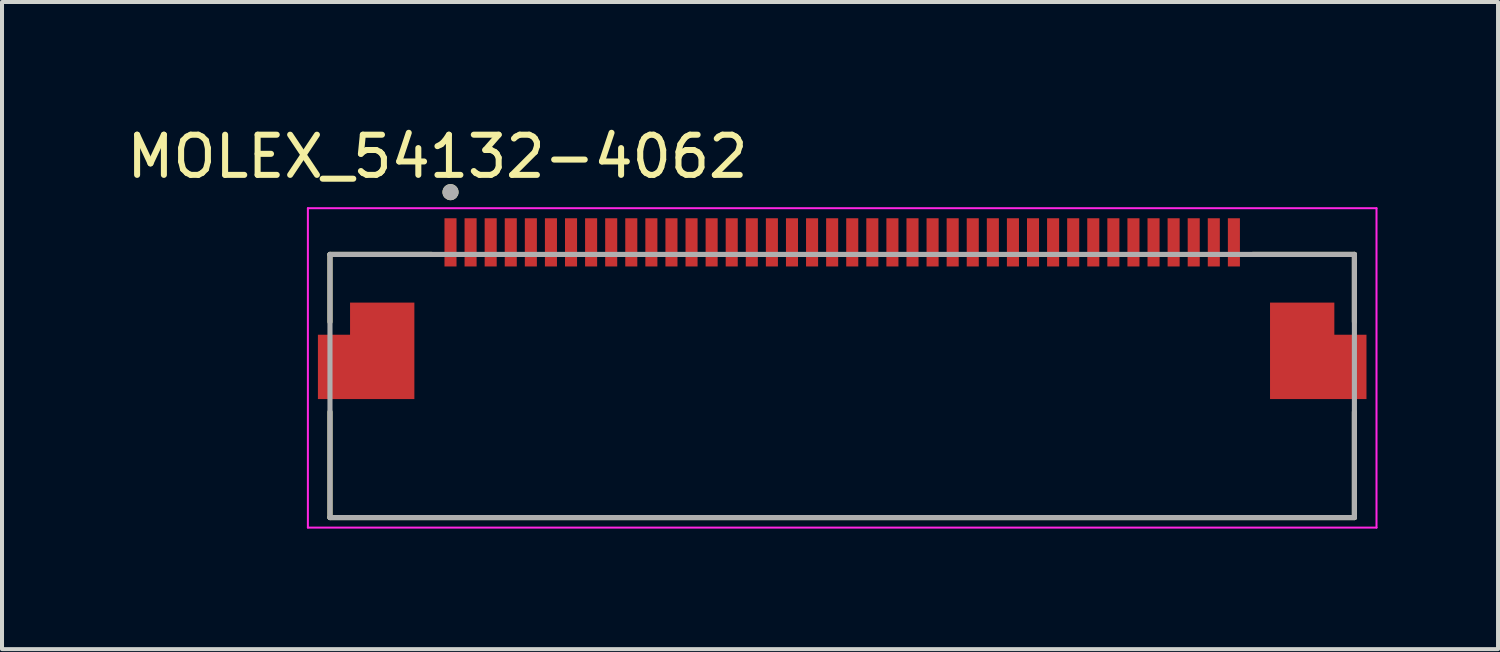
<source format=kicad_pcb>
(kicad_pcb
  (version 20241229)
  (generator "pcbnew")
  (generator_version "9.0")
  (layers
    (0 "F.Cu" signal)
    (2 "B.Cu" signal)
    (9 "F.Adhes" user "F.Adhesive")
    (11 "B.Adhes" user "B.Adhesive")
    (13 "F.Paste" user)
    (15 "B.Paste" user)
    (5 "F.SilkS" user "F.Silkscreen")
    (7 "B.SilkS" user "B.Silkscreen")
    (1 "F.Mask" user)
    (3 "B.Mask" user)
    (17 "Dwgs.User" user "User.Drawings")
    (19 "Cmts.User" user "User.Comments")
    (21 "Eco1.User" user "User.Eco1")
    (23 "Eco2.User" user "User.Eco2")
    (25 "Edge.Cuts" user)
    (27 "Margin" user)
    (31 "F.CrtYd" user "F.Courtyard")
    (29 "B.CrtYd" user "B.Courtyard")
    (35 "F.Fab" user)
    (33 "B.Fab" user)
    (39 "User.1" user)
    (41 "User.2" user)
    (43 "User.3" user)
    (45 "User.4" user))
  (footprint "MOLEX_54132-4062"
    (layer "F.Cu")
    (at 17.914 2.983)
    (property "Reference" "MOLEX_54132-4062" (at -10.075 -2.135 0) (layer "F.SilkS") (effects (font (size 1 1) (thickness 0.15))))
    (attr through_hole)
    (fp_poly (pts (xy -13.15 2.2) (xy -12.35 2.2) (xy -12.35 1.4) (xy -10.55 1.4) (xy -10.55 4) (xy -13.15 4)) (stroke (width 0.001) (type solid)) (fill yes) (layer "F.Mask"))
    (fp_poly (pts (xy 10.55 1.4) (xy 12.35 1.4) (xy 12.35 2.2) (xy 13.15 2.2) (xy 13.15 4) (xy 10.55 4)) (stroke (width 0.001) (type solid)) (fill yes) (layer "F.Mask"))
    (fp_line (start -12.75 0.3) (end -12.75 1.98) (stroke (width 0.127) (type solid)) (layer "F.SilkS"))
    (fp_line (start -12.75 4.22) (end -12.75 6.85) (stroke (width 0.127) (type solid)) (layer "F.SilkS"))
    (fp_line (start -12.75 6.85) (end 12.75 6.85) (stroke (width 0.127) (type solid)) (layer "F.SilkS"))
    (fp_line (start -10.22 0.3) (end -12.75 0.3) (stroke (width 0.127) (type solid)) (layer "F.SilkS"))
    (fp_line (start 10.22 0.3) (end 12.75 0.3) (stroke (width 0.127) (type solid)) (layer "F.SilkS"))
    (fp_line (start 12.75 0.3) (end 12.75 1.98) (stroke (width 0.127) (type solid)) (layer "F.SilkS"))
    (fp_line (start 12.75 6.85) (end 12.75 4.22) (stroke (width 0.127) (type solid)) (layer "F.SilkS"))
    (fp_circle (center -9.75 -1.25) (end -9.65 -1.25) (stroke (width 0.2) (type solid)) (fill no) (layer "F.SilkS"))
    (fp_poly (pts (xy -13.05 2.3) (xy -12.25 2.3) (xy -12.25 1.5) (xy -10.65 1.5) (xy -10.65 3.9) (xy -13.05 3.9)) (stroke (width 0.001) (type solid)) (fill yes) (layer "F.Paste"))
    (fp_poly (pts (xy 10.65 1.5) (xy 12.25 1.5) (xy 12.25 2.3) (xy 13.05 2.3) (xy 13.05 3.9) (xy 10.65 3.9)) (stroke (width 0.001) (type solid)) (fill yes) (layer "F.Paste"))
    (fp_poly (pts (xy -10.65 2.05) (xy -10.1 2.05) (xy -10.1 3.75) (xy -10.65 3.75)) (stroke (width 0.001) (type solid)) (fill no) (layer "Dwgs.User"))
    (fp_poly (pts (xy -10.65 2.05) (xy -10.1 2.05) (xy -10.1 3.75) (xy -10.65 3.75)) (stroke (width 0.001) (type solid)) (fill no) (layer "Dwgs.User"))
    (fp_poly (pts (xy 10.1 2.05) (xy 10.65 2.05) (xy 10.65 3.75) (xy 10.1 3.75)) (stroke (width 0.001) (type solid)) (fill no) (layer "Dwgs.User"))
    (fp_poly (pts (xy 10.1 2.05) (xy 10.65 2.05) (xy 10.65 3.75) (xy 10.1 3.75)) (stroke (width 0.001) (type solid)) (fill no) (layer "Dwgs.User"))
    (fp_line (start -13.3 -0.85) (end -13.3 7.1) (stroke (width 0.05) (type solid)) (layer "F.CrtYd"))
    (fp_line (start -13.3 7.1) (end 13.3 7.1) (stroke (width 0.05) (type solid)) (layer "F.CrtYd"))
    (fp_line (start 13.3 -0.85) (end -13.3 -0.85) (stroke (width 0.05) (type solid)) (layer "F.CrtYd"))
    (fp_line (start 13.3 7.1) (end 13.3 -0.85) (stroke (width 0.05) (type solid)) (layer "F.CrtYd"))
    (fp_line (start -12.75 0.3) (end 12.75 0.3) (stroke (width 0.127) (type solid)) (layer "F.Fab"))
    (fp_line (start -12.75 6.85) (end -12.75 0.3) (stroke (width 0.127) (type solid)) (layer "F.Fab"))
    (fp_line (start 12.75 0.3) (end 12.75 6.85) (stroke (width 0.127) (type solid)) (layer "F.Fab"))
    (fp_line (start 12.75 6.85) (end -12.75 6.85) (stroke (width 0.127) (type solid)) (layer "F.Fab"))
    (fp_circle (center -9.75 -1.25) (end -9.65 -1.25) (stroke (width 0.2) (type solid)) (fill no) (layer "F.Fab"))
    (pad "1" smd rect (at -9.75 0) (size 0.3 1.2) (layers "F.Cu" "F.Mask" "F.Paste"))
    (pad "2" smd rect (at -9.25 0) (size 0.3 1.2) (layers "F.Cu" "F.Mask" "F.Paste"))
    (pad "3" smd rect (at -8.75 0) (size 0.3 1.2) (layers "F.Cu" "F.Mask" "F.Paste"))
    (pad "4" smd rect (at -8.25 0) (size 0.3 1.2) (layers "F.Cu" "F.Mask" "F.Paste"))
    (pad "5" smd rect (at -7.75 0) (size 0.3 1.2) (layers "F.Cu" "F.Mask" "F.Paste"))
    (pad "6" smd rect (at -7.25 0) (size 0.3 1.2) (layers "F.Cu" "F.Mask" "F.Paste"))
    (pad "7" smd rect (at -6.75 0) (size 0.3 1.2) (layers "F.Cu" "F.Mask" "F.Paste"))
    (pad "8" smd rect (at -6.25 0) (size 0.3 1.2) (layers "F.Cu" "F.Mask" "F.Paste"))
    (pad "9" smd rect (at -5.75 0) (size 0.3 1.2) (layers "F.Cu" "F.Mask" "F.Paste"))
    (pad "10" smd rect (at -5.25 0) (size 0.3 1.2) (layers "F.Cu" "F.Mask" "F.Paste"))
    (pad "11" smd rect (at -4.75 0) (size 0.3 1.2) (layers "F.Cu" "F.Mask" "F.Paste"))
    (pad "12" smd rect (at -4.25 0) (size 0.3 1.2) (layers "F.Cu" "F.Mask" "F.Paste"))
    (pad "13" smd rect (at -3.75 0) (size 0.3 1.2) (layers "F.Cu" "F.Mask" "F.Paste"))
    (pad "14" smd rect (at -3.25 0) (size 0.3 1.2) (layers "F.Cu" "F.Mask" "F.Paste"))
    (pad "15" smd rect (at -2.75 0) (size 0.3 1.2) (layers "F.Cu" "F.Mask" "F.Paste"))
    (pad "16" smd rect (at -2.25 0) (size 0.3 1.2) (layers "F.Cu" "F.Mask" "F.Paste"))
    (pad "17" smd rect (at -1.75 0) (size 0.3 1.2) (layers "F.Cu" "F.Mask" "F.Paste"))
    (pad "18" smd rect (at -1.25 0) (size 0.3 1.2) (layers "F.Cu" "F.Mask" "F.Paste"))
    (pad "19" smd rect (at -0.75 0) (size 0.3 1.2) (layers "F.Cu" "F.Mask" "F.Paste"))
    (pad "20" smd rect (at -0.25 0) (size 0.3 1.2) (layers "F.Cu" "F.Mask" "F.Paste"))
    (pad "21" smd rect (at 0.25 0) (size 0.3 1.2) (layers "F.Cu" "F.Mask" "F.Paste"))
    (pad "22" smd rect (at 0.75 0) (size 0.3 1.2) (layers "F.Cu" "F.Mask" "F.Paste"))
    (pad "23" smd rect (at 1.25 0) (size 0.3 1.2) (layers "F.Cu" "F.Mask" "F.Paste"))
    (pad "24" smd rect (at 1.75 0) (size 0.3 1.2) (layers "F.Cu" "F.Mask" "F.Paste"))
    (pad "25" smd rect (at 2.25 0) (size 0.3 1.2) (layers "F.Cu" "F.Mask" "F.Paste"))
    (pad "26" smd rect (at 2.75 0) (size 0.3 1.2) (layers "F.Cu" "F.Mask" "F.Paste"))
    (pad "27" smd rect (at 3.25 0) (size 0.3 1.2) (layers "F.Cu" "F.Mask" "F.Paste"))
    (pad "28" smd rect (at 3.75 0) (size 0.3 1.2) (layers "F.Cu" "F.Mask" "F.Paste"))
    (pad "29" smd rect (at 4.25 0) (size 0.3 1.2) (layers "F.Cu" "F.Mask" "F.Paste"))
    (pad "30" smd rect (at 4.75 0) (size 0.3 1.2) (layers "F.Cu" "F.Mask" "F.Paste"))
    (pad "31" smd rect (at 5.25 0) (size 0.3 1.2) (layers "F.Cu" "F.Mask" "F.Paste"))
    (pad "32" smd rect (at 5.75 0) (size 0.3 1.2) (layers "F.Cu" "F.Mask" "F.Paste"))
    (pad "33" smd rect (at 6.25 0) (size 0.3 1.2) (layers "F.Cu" "F.Mask" "F.Paste"))
    (pad "34" smd rect (at 6.75 0) (size 0.3 1.2) (layers "F.Cu" "F.Mask" "F.Paste"))
    (pad "35" smd rect (at 7.25 0) (size 0.3 1.2) (layers "F.Cu" "F.Mask" "F.Paste"))
    (pad "36" smd rect (at 7.75 0) (size 0.3 1.2) (layers "F.Cu" "F.Mask" "F.Paste"))
    (pad "37" smd rect (at 8.25 0) (size 0.3 1.2) (layers "F.Cu" "F.Mask" "F.Paste"))
    (pad "38" smd rect (at 8.75 0) (size 0.3 1.2) (layers "F.Cu" "F.Mask" "F.Paste"))
    (pad "39" smd rect (at 9.25 0) (size 0.3 1.2) (layers "F.Cu" "F.Mask" "F.Paste"))
    (pad "40" smd rect (at 9.75 0) (size 0.3 1.2) (layers "F.Cu" "F.Mask" "F.Paste"))
    (pad "S1" smd custom (at -11.85 2.7) (size 0.75 0.75) (layers "F.Cu") (options (anchor rect)) (primitives (gr_poly (pts (xy -1.2 -0.4) (xy -0.4 -0.4) (xy -0.4 -1.2) (xy 1.2 -1.2) (xy 1.2 1.2) (xy -1.2 1.2)) (width 0.001) (fill yes))))
    (pad "S2" smd custom (at 11.85 2.7) (size 0.75 0.75) (layers "F.Cu") (options (anchor rect)) (primitives (gr_poly (pts (xy -1.2 -1.2) (xy 0.4 -1.2) (xy 0.4 -0.4) (xy 1.2 -0.4) (xy 1.2 1.2) (xy -1.2 1.2)) (width 0.001) (fill yes)))))
  (gr_rect
    (start -3 -3)
    (end 34.239 13.108)
    (stroke (width 0.1) (type default))
    (fill no)
    (layer "Edge.Cuts")))
</source>
